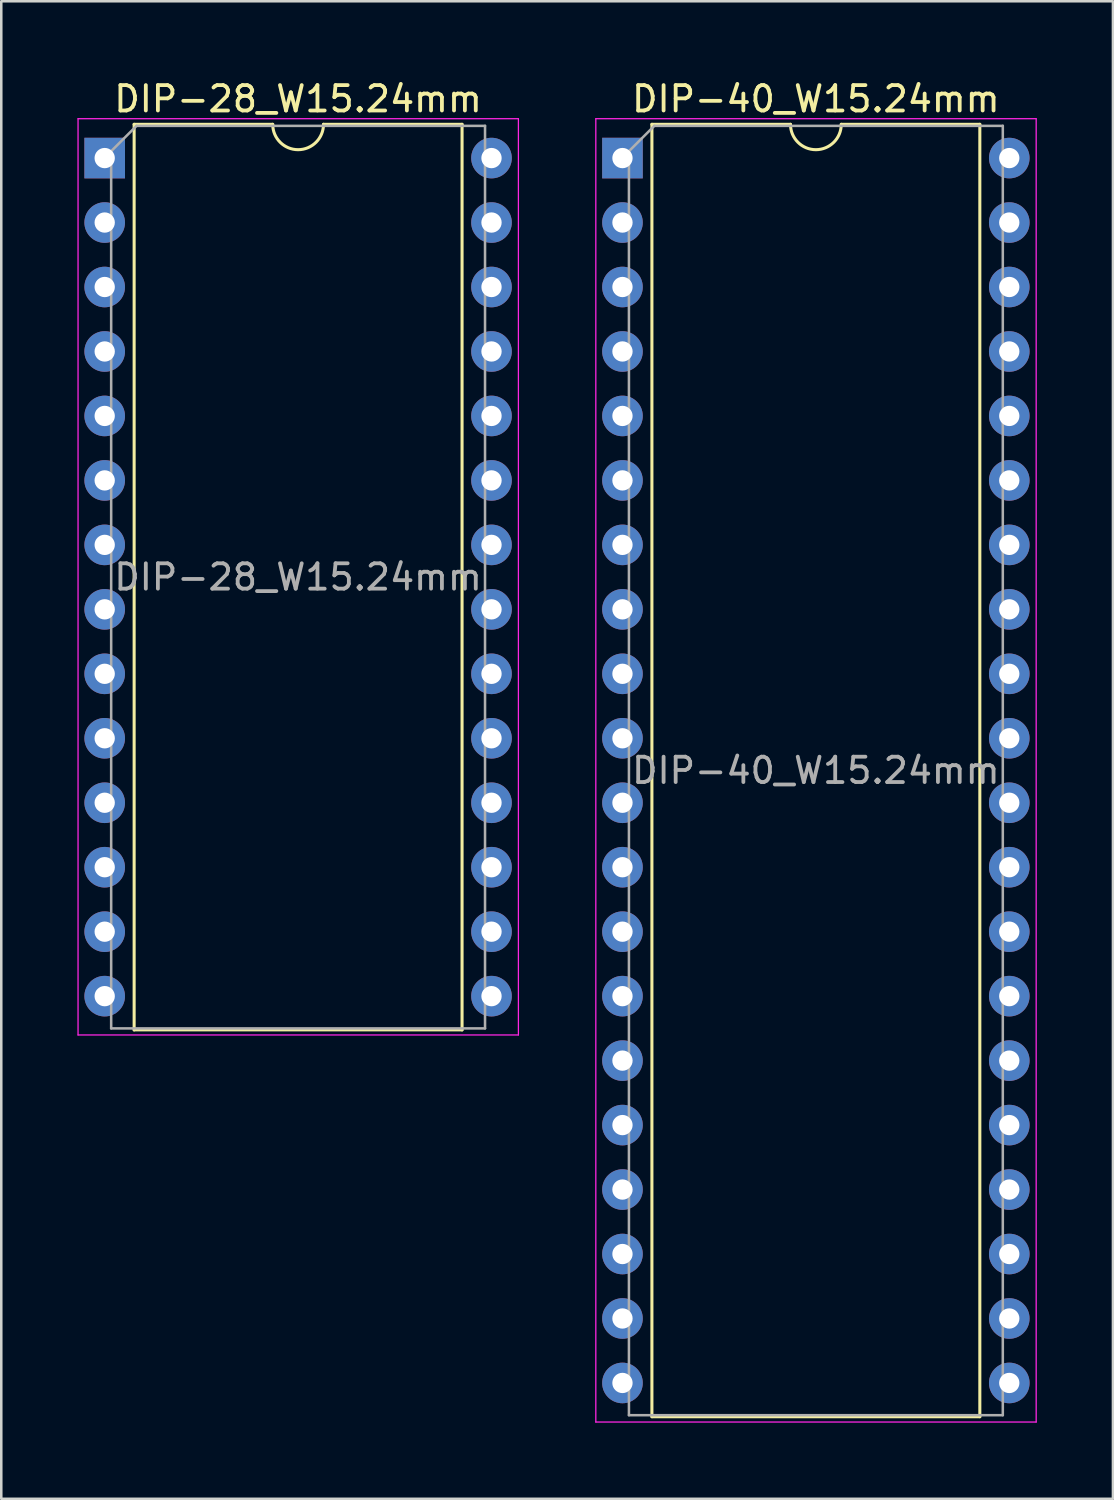
<source format=kicad_pcb>
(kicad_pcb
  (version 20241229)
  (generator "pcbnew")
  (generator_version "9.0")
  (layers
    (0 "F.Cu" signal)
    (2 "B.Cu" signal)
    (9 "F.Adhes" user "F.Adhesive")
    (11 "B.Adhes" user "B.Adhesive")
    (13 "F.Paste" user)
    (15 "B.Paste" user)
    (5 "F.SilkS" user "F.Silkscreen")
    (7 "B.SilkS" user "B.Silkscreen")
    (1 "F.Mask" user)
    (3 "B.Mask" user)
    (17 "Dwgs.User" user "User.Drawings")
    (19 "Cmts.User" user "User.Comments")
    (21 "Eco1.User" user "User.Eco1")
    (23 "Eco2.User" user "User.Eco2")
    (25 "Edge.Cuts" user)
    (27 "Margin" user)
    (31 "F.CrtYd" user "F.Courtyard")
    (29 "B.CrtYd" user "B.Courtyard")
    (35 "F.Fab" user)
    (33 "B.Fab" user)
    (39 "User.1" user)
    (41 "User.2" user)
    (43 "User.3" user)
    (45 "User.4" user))
  (footprint "DIP-28_W15.24mm"
    (layer "F.Cu")
    (at 1.075 3.178)
    (property "Reference" "DIP-28_W15.24mm" (at 7.62 -2.33 180) (layer "F.SilkS") (effects (font (size 1 1) (thickness 0.15))))
    (attr through_hole)
    (fp_line (start 1.16 -1.33) (end 1.16 34.35) (stroke (width 0.12) (type solid)) (layer "F.SilkS"))
    (fp_line (start 1.16 34.35) (end 14.08 34.35) (stroke (width 0.12) (type solid)) (layer "F.SilkS"))
    (fp_line (start 6.62 -1.33) (end 1.16 -1.33) (stroke (width 0.12) (type solid)) (layer "F.SilkS"))
    (fp_line (start 14.08 -1.33) (end 8.62 -1.33) (stroke (width 0.12) (type solid)) (layer "F.SilkS"))
    (fp_line (start 14.08 34.35) (end 14.08 -1.33) (stroke (width 0.12) (type solid)) (layer "F.SilkS"))
    (fp_arc (start 8.62 -1.33) (mid 7.62 -0.33) (end 6.62 -1.33) (stroke (width 0.12) (type solid)) (layer "F.SilkS"))
    (fp_line (start -1.05 -1.55) (end -1.05 34.55) (stroke (width 0.05) (type solid)) (layer "F.CrtYd"))
    (fp_line (start -1.05 34.55) (end 16.3 34.55) (stroke (width 0.05) (type solid)) (layer "F.CrtYd"))
    (fp_line (start 16.3 -1.55) (end -1.05 -1.55) (stroke (width 0.05) (type solid)) (layer "F.CrtYd"))
    (fp_line (start 16.3 34.55) (end 16.3 -1.55) (stroke (width 0.05) (type solid)) (layer "F.CrtYd"))
    (fp_line (start 0.255 -0.27) (end 1.255 -1.27) (stroke (width 0.1) (type solid)) (layer "F.Fab"))
    (fp_line (start 0.255 34.29) (end 0.255 -0.27) (stroke (width 0.1) (type solid)) (layer "F.Fab"))
    (fp_line (start 1.255 -1.27) (end 14.985 -1.27) (stroke (width 0.1) (type solid)) (layer "F.Fab"))
    (fp_line (start 14.985 -1.27) (end 14.985 34.29) (stroke (width 0.1) (type solid)) (layer "F.Fab"))
    (fp_line (start 14.985 34.29) (end 0.255 34.29) (stroke (width 0.1) (type solid)) (layer "F.Fab"))
    (fp_text user "${REFERENCE}" (at 7.62 16.51 180) (layer "F.Fab") (effects (font (size 1 1) (thickness 0.15))))
    (pad "1" thru_hole rect (at 0 0) (size 1.6 1.6) (drill 0.8) (layers "*.Cu" "*.Mask"))
    (pad "2" thru_hole oval (at 0 2.54) (size 1.6 1.6) (drill 0.8) (layers "*.Cu" "*.Mask"))
    (pad "3" thru_hole oval (at 0 5.08) (size 1.6 1.6) (drill 0.8) (layers "*.Cu" "*.Mask"))
    (pad "4" thru_hole oval (at 0 7.62) (size 1.6 1.6) (drill 0.8) (layers "*.Cu" "*.Mask"))
    (pad "5" thru_hole oval (at 0 10.16) (size 1.6 1.6) (drill 0.8) (layers "*.Cu" "*.Mask"))
    (pad "6" thru_hole oval (at 0 12.7) (size 1.6 1.6) (drill 0.8) (layers "*.Cu" "*.Mask"))
    (pad "7" thru_hole oval (at 0 15.24) (size 1.6 1.6) (drill 0.8) (layers "*.Cu" "*.Mask"))
    (pad "8" thru_hole oval (at 0 17.78) (size 1.6 1.6) (drill 0.8) (layers "*.Cu" "*.Mask"))
    (pad "9" thru_hole oval (at 0 20.32) (size 1.6 1.6) (drill 0.8) (layers "*.Cu" "*.Mask"))
    (pad "10" thru_hole oval (at 0 22.86) (size 1.6 1.6) (drill 0.8) (layers "*.Cu" "*.Mask"))
    (pad "11" thru_hole oval (at 0 25.4) (size 1.6 1.6) (drill 0.8) (layers "*.Cu" "*.Mask"))
    (pad "12" thru_hole oval (at 0 27.94) (size 1.6 1.6) (drill 0.8) (layers "*.Cu" "*.Mask"))
    (pad "13" thru_hole oval (at 0 30.48) (size 1.6 1.6) (drill 0.8) (layers "*.Cu" "*.Mask"))
    (pad "14" thru_hole oval (at 0 33.02) (size 1.6 1.6) (drill 0.8) (layers "*.Cu" "*.Mask"))
    (pad "15" thru_hole oval (at 15.24 33.02) (size 1.6 1.6) (drill 0.8) (layers "*.Cu" "*.Mask"))
    (pad "16" thru_hole oval (at 15.24 30.48) (size 1.6 1.6) (drill 0.8) (layers "*.Cu" "*.Mask"))
    (pad "17" thru_hole oval (at 15.24 27.94) (size 1.6 1.6) (drill 0.8) (layers "*.Cu" "*.Mask"))
    (pad "18" thru_hole oval (at 15.24 25.4) (size 1.6 1.6) (drill 0.8) (layers "*.Cu" "*.Mask"))
    (pad "19" thru_hole oval (at 15.24 22.86) (size 1.6 1.6) (drill 0.8) (layers "*.Cu" "*.Mask"))
    (pad "20" thru_hole oval (at 15.24 20.32) (size 1.6 1.6) (drill 0.8) (layers "*.Cu" "*.Mask"))
    (pad "21" thru_hole oval (at 15.24 17.78) (size 1.6 1.6) (drill 0.8) (layers "*.Cu" "*.Mask"))
    (pad "22" thru_hole oval (at 15.24 15.24) (size 1.6 1.6) (drill 0.8) (layers "*.Cu" "*.Mask"))
    (pad "23" thru_hole oval (at 15.24 12.7) (size 1.6 1.6) (drill 0.8) (layers "*.Cu" "*.Mask"))
    (pad "24" thru_hole oval (at 15.24 10.16) (size 1.6 1.6) (drill 0.8) (layers "*.Cu" "*.Mask"))
    (pad "25" thru_hole oval (at 15.24 7.62) (size 1.6 1.6) (drill 0.8) (layers "*.Cu" "*.Mask"))
    (pad "26" thru_hole oval (at 15.24 5.08) (size 1.6 1.6) (drill 0.8) (layers "*.Cu" "*.Mask"))
    (pad "27" thru_hole oval (at 15.24 2.54) (size 1.6 1.6) (drill 0.8) (layers "*.Cu" "*.Mask"))
    (pad "28" thru_hole oval (at 15.24 0) (size 1.6 1.6) (drill 0.8) (layers "*.Cu" "*.Mask")))
  (footprint "DIP-40_W15.24mm"
    (layer "F.Cu")
    (at 21.475 3.178)
    (property "Reference" "DIP-40_W15.24mm" (at 7.62 -2.33 0) (layer "F.SilkS") (effects (font (size 1 1) (thickness 0.15))))
    (attr through_hole)
    (fp_line (start 1.16 -1.33) (end 1.16 49.59) (stroke (width 0.12) (type solid)) (layer "F.SilkS"))
    (fp_line (start 1.16 49.59) (end 14.08 49.59) (stroke (width 0.12) (type solid)) (layer "F.SilkS"))
    (fp_line (start 6.62 -1.33) (end 1.16 -1.33) (stroke (width 0.12) (type solid)) (layer "F.SilkS"))
    (fp_line (start 14.08 -1.33) (end 8.62 -1.33) (stroke (width 0.12) (type solid)) (layer "F.SilkS"))
    (fp_line (start 14.08 49.59) (end 14.08 -1.33) (stroke (width 0.12) (type solid)) (layer "F.SilkS"))
    (fp_arc (start 8.62 -1.33) (mid 7.62 -0.33) (end 6.62 -1.33) (stroke (width 0.12) (type solid)) (layer "F.SilkS"))
    (fp_line (start -1.05 -1.55) (end -1.05 49.8) (stroke (width 0.05) (type solid)) (layer "F.CrtYd"))
    (fp_line (start -1.05 49.8) (end 16.3 49.8) (stroke (width 0.05) (type solid)) (layer "F.CrtYd"))
    (fp_line (start 16.3 -1.55) (end -1.05 -1.55) (stroke (width 0.05) (type solid)) (layer "F.CrtYd"))
    (fp_line (start 16.3 49.8) (end 16.3 -1.55) (stroke (width 0.05) (type solid)) (layer "F.CrtYd"))
    (fp_line (start 0.255 -0.27) (end 1.255 -1.27) (stroke (width 0.1) (type solid)) (layer "F.Fab"))
    (fp_line (start 0.255 49.53) (end 0.255 -0.27) (stroke (width 0.1) (type solid)) (layer "F.Fab"))
    (fp_line (start 1.255 -1.27) (end 14.985 -1.27) (stroke (width 0.1) (type solid)) (layer "F.Fab"))
    (fp_line (start 14.985 -1.27) (end 14.985 49.53) (stroke (width 0.1) (type solid)) (layer "F.Fab"))
    (fp_line (start 14.985 49.53) (end 0.255 49.53) (stroke (width 0.1) (type solid)) (layer "F.Fab"))
    (fp_text user "${REFERENCE}" (at 7.62 24.13 0) (layer "F.Fab") (effects (font (size 1 1) (thickness 0.15))))
    (pad "1" thru_hole rect (at 0 0) (size 1.6 1.6) (drill 0.8) (layers "*.Cu" "*.Mask"))
    (pad "2" thru_hole oval (at 0 2.54) (size 1.6 1.6) (drill 0.8) (layers "*.Cu" "*.Mask"))
    (pad "3" thru_hole oval (at 0 5.08) (size 1.6 1.6) (drill 0.8) (layers "*.Cu" "*.Mask"))
    (pad "4" thru_hole oval (at 0 7.62) (size 1.6 1.6) (drill 0.8) (layers "*.Cu" "*.Mask"))
    (pad "5" thru_hole oval (at 0 10.16) (size 1.6 1.6) (drill 0.8) (layers "*.Cu" "*.Mask"))
    (pad "6" thru_hole oval (at 0 12.7) (size 1.6 1.6) (drill 0.8) (layers "*.Cu" "*.Mask"))
    (pad "7" thru_hole oval (at 0 15.24) (size 1.6 1.6) (drill 0.8) (layers "*.Cu" "*.Mask"))
    (pad "8" thru_hole oval (at 0 17.78) (size 1.6 1.6) (drill 0.8) (layers "*.Cu" "*.Mask"))
    (pad "9" thru_hole oval (at 0 20.32) (size 1.6 1.6) (drill 0.8) (layers "*.Cu" "*.Mask"))
    (pad "10" thru_hole oval (at 0 22.86) (size 1.6 1.6) (drill 0.8) (layers "*.Cu" "*.Mask"))
    (pad "11" thru_hole oval (at 0 25.4) (size 1.6 1.6) (drill 0.8) (layers "*.Cu" "*.Mask"))
    (pad "12" thru_hole oval (at 0 27.94) (size 1.6 1.6) (drill 0.8) (layers "*.Cu" "*.Mask"))
    (pad "13" thru_hole oval (at 0 30.48) (size 1.6 1.6) (drill 0.8) (layers "*.Cu" "*.Mask"))
    (pad "14" thru_hole oval (at 0 33.02) (size 1.6 1.6) (drill 0.8) (layers "*.Cu" "*.Mask"))
    (pad "15" thru_hole oval (at 0 35.56) (size 1.6 1.6) (drill 0.8) (layers "*.Cu" "*.Mask"))
    (pad "16" thru_hole oval (at 0 38.1) (size 1.6 1.6) (drill 0.8) (layers "*.Cu" "*.Mask"))
    (pad "17" thru_hole oval (at 0 40.64) (size 1.6 1.6) (drill 0.8) (layers "*.Cu" "*.Mask"))
    (pad "18" thru_hole oval (at 0 43.18) (size 1.6 1.6) (drill 0.8) (layers "*.Cu" "*.Mask"))
    (pad "19" thru_hole oval (at 0 45.72) (size 1.6 1.6) (drill 0.8) (layers "*.Cu" "*.Mask"))
    (pad "20" thru_hole oval (at 0 48.26) (size 1.6 1.6) (drill 0.8) (layers "*.Cu" "*.Mask"))
    (pad "21" thru_hole oval (at 15.24 48.26) (size 1.6 1.6) (drill 0.8) (layers "*.Cu" "*.Mask"))
    (pad "22" thru_hole oval (at 15.24 45.72) (size 1.6 1.6) (drill 0.8) (layers "*.Cu" "*.Mask"))
    (pad "23" thru_hole oval (at 15.24 43.18) (size 1.6 1.6) (drill 0.8) (layers "*.Cu" "*.Mask"))
    (pad "24" thru_hole oval (at 15.24 40.64) (size 1.6 1.6) (drill 0.8) (layers "*.Cu" "*.Mask"))
    (pad "25" thru_hole oval (at 15.24 38.1) (size 1.6 1.6) (drill 0.8) (layers "*.Cu" "*.Mask"))
    (pad "26" thru_hole oval (at 15.24 35.56) (size 1.6 1.6) (drill 0.8) (layers "*.Cu" "*.Mask"))
    (pad "27" thru_hole oval (at 15.24 33.02) (size 1.6 1.6) (drill 0.8) (layers "*.Cu" "*.Mask"))
    (pad "28" thru_hole oval (at 15.24 30.48) (size 1.6 1.6) (drill 0.8) (layers "*.Cu" "*.Mask"))
    (pad "29" thru_hole oval (at 15.24 27.94) (size 1.6 1.6) (drill 0.8) (layers "*.Cu" "*.Mask"))
    (pad "30" thru_hole oval (at 15.24 25.4) (size 1.6 1.6) (drill 0.8) (layers "*.Cu" "*.Mask"))
    (pad "31" thru_hole oval (at 15.24 22.86) (size 1.6 1.6) (drill 0.8) (layers "*.Cu" "*.Mask"))
    (pad "32" thru_hole oval (at 15.24 20.32) (size 1.6 1.6) (drill 0.8) (layers "*.Cu" "*.Mask"))
    (pad "33" thru_hole oval (at 15.24 17.78) (size 1.6 1.6) (drill 0.8) (layers "*.Cu" "*.Mask"))
    (pad "34" thru_hole oval (at 15.24 15.24) (size 1.6 1.6) (drill 0.8) (layers "*.Cu" "*.Mask"))
    (pad "35" thru_hole oval (at 15.24 12.7) (size 1.6 1.6) (drill 0.8) (layers "*.Cu" "*.Mask"))
    (pad "36" thru_hole oval (at 15.24 10.16) (size 1.6 1.6) (drill 0.8) (layers "*.Cu" "*.Mask"))
    (pad "37" thru_hole oval (at 15.24 7.62) (size 1.6 1.6) (drill 0.8) (layers "*.Cu" "*.Mask"))
    (pad "38" thru_hole oval (at 15.24 5.08) (size 1.6 1.6) (drill 0.8) (layers "*.Cu" "*.Mask"))
    (pad "39" thru_hole oval (at 15.24 2.54) (size 1.6 1.6) (drill 0.8) (layers "*.Cu" "*.Mask"))
    (pad "40" thru_hole oval (at 15.24 0) (size 1.6 1.6) (drill 0.8) (layers "*.Cu" "*.Mask")))
  (gr_rect
    (start -3 -3)
    (end 40.8 56.003)
    (stroke (width 0.1) (type default))
    (fill no)
    (layer "Edge.Cuts")))
</source>
